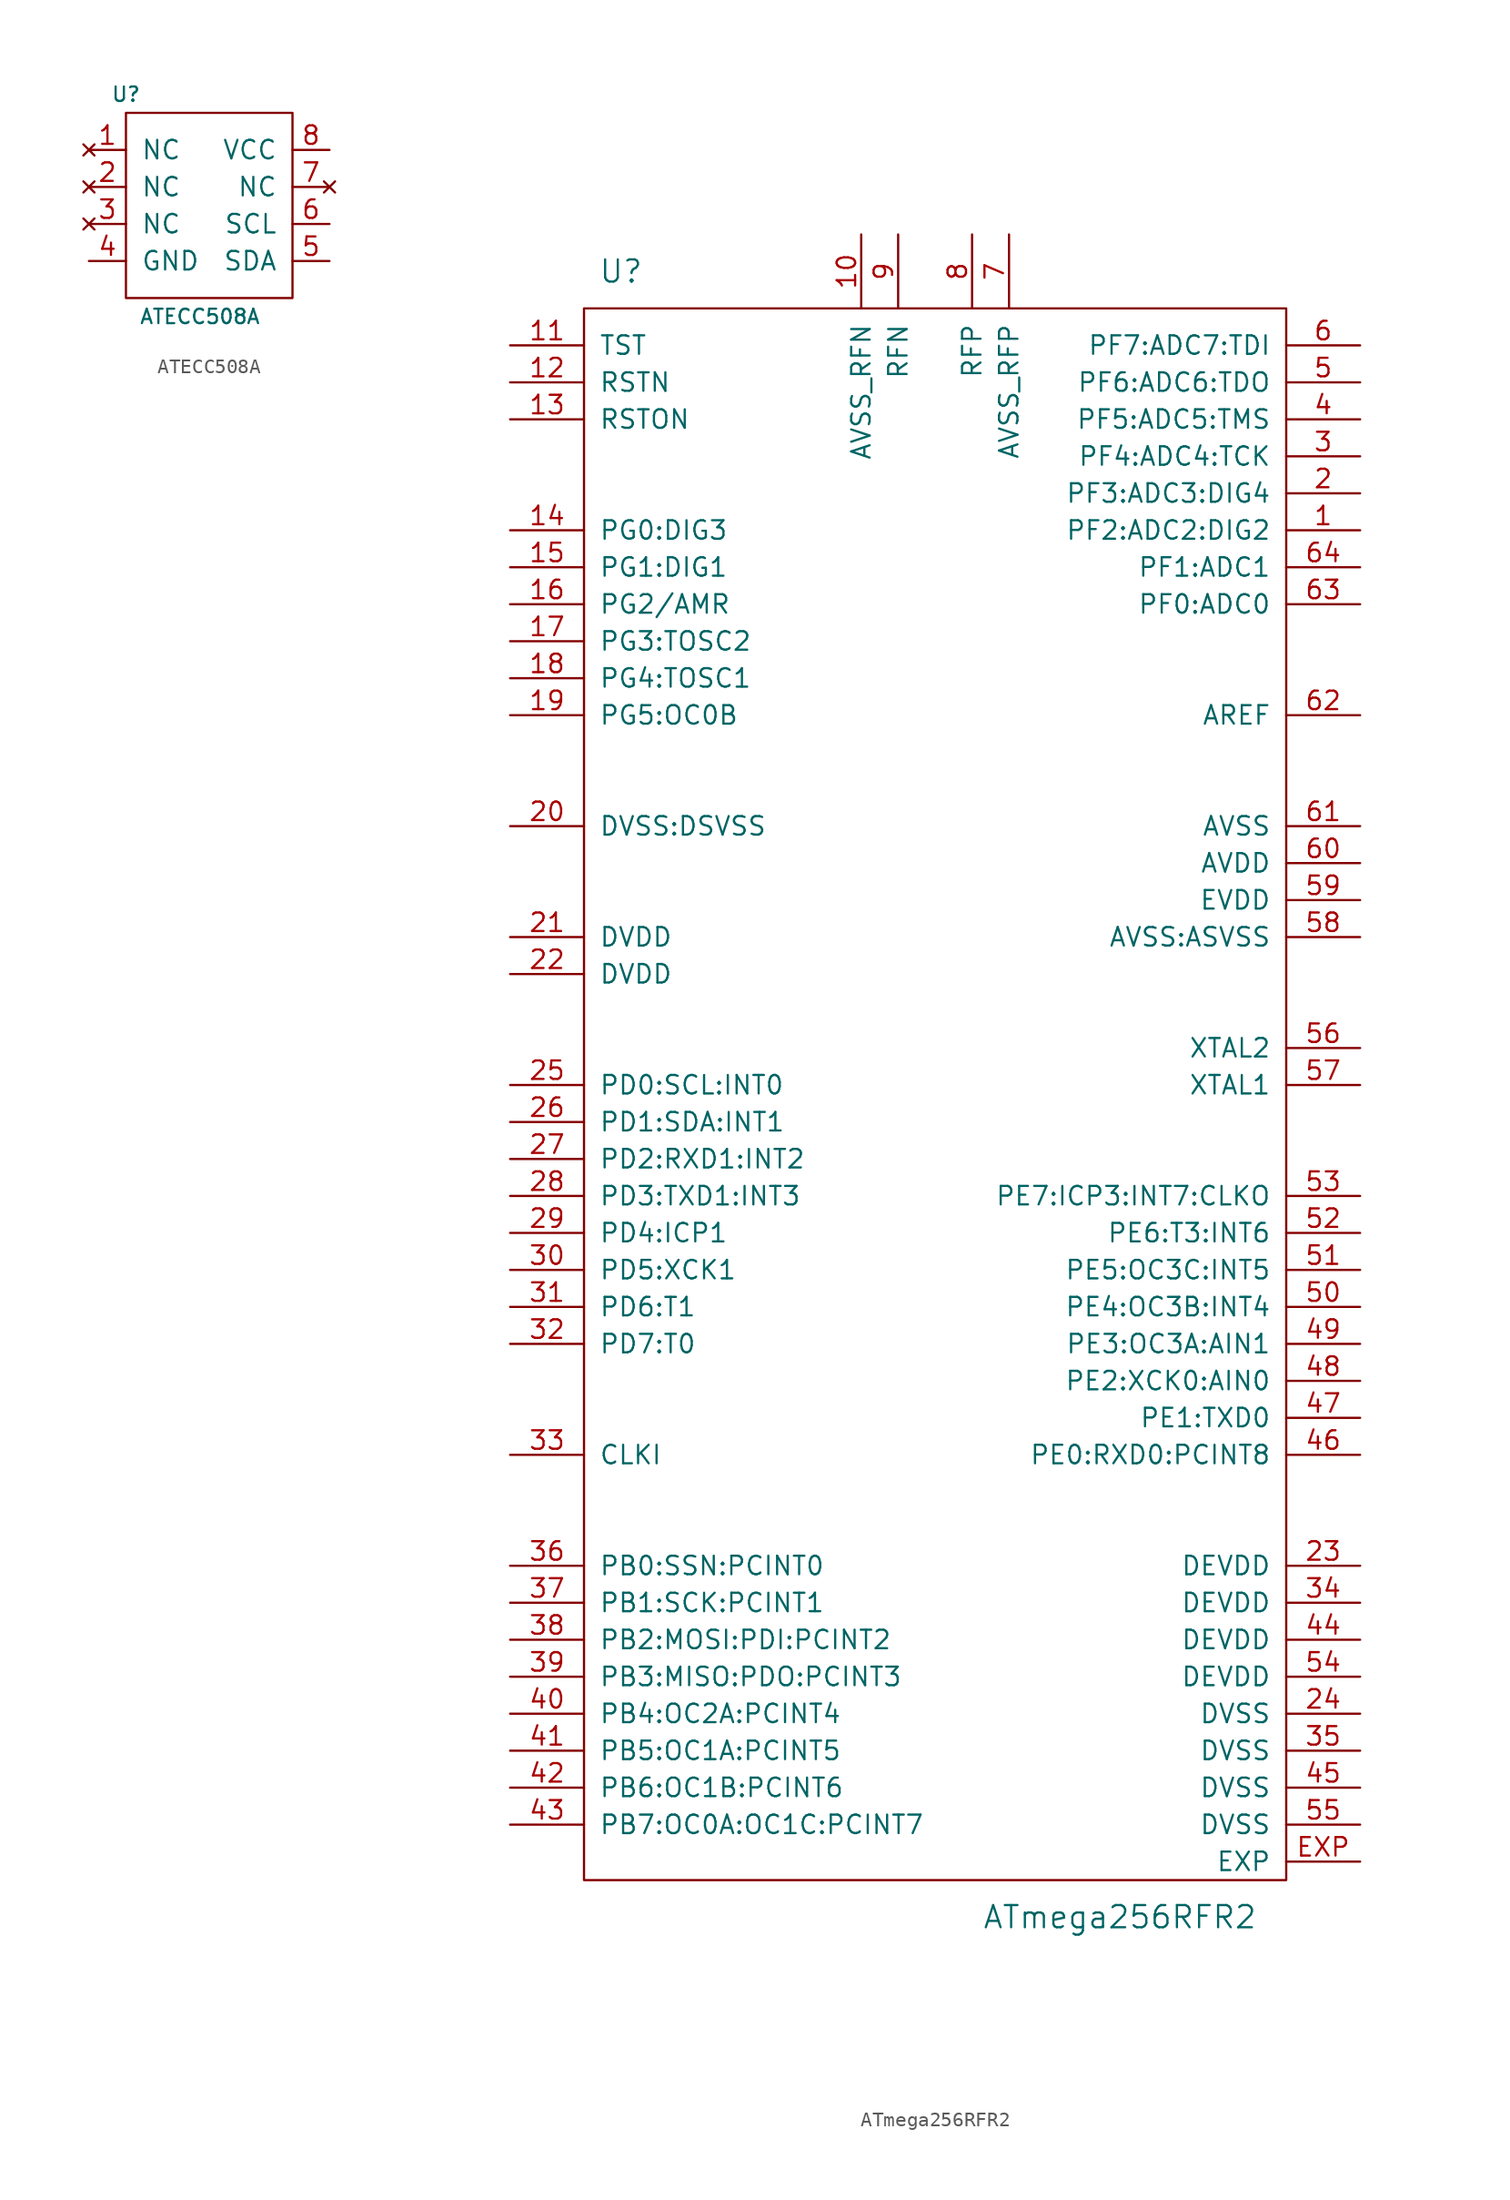
<source format=kicad_sym>
(kicad_symbol_lib
  (version 20210619)
  (generator kicad_symbol_editor)
  (symbol "tinkerforge:ATECC508A"
    (pin_names
      (offset 1.016))
    (property "Reference" "U"
      (at -5.08 7.62 0)
      (effects (font (size 0.991 0.991))))
    (property "Value" "ATECC508A"
      (at 0 -7.62 0)
      (effects (font (size 0.991 0.991))))
    (symbol "ATECC508A_0_1"
      (rectangle (start -5.08 6.35) (end 6.35 -6.35) (stroke (width 0)) (fill (type none))))
    (symbol "ATECC508A_1_1"
      (pin no_connect line (at -7.62 3.81 0) (length 2.54) (name "NC" (effects (font (size 1.27 1.27)))) (number "1" (effects (font (size 1.27 1.27)))))
      (pin no_connect line (at -7.62 1.27 0) (length 2.54) (name "NC" (effects (font (size 1.27 1.27)))) (number "2" (effects (font (size 1.27 1.27)))))
      (pin no_connect line (at -7.62 -1.27 0) (length 2.54) (name "NC" (effects (font (size 1.27 1.27)))) (number "3" (effects (font (size 1.27 1.27)))))
      (pin passive line (at -7.62 -3.81 0) (length 2.54) (name "GND" (effects (font (size 1.27 1.27)))) (number "4" (effects (font (size 1.27 1.27)))))
      (pin passive line (at 8.89 -3.81 180) (length 2.54) (name "SDA" (effects (font (size 1.27 1.27)))) (number "5" (effects (font (size 1.27 1.27)))))
      (pin passive line (at 8.89 -1.27 180) (length 2.54) (name "SCL" (effects (font (size 1.27 1.27)))) (number "6" (effects (font (size 1.27 1.27)))))
      (pin no_connect line (at 8.89 1.27 180) (length 2.54) (name "NC" (effects (font (size 1.27 1.27)))) (number "7" (effects (font (size 1.27 1.27)))))
      (pin passive line (at 8.89 3.81 180) (length 2.54) (name "VCC" (effects (font (size 1.27 1.27)))) (number "8" (effects (font (size 1.27 1.27)))))))
  (symbol "tinkerforge:ATmega256RFR2"
    (pin_names
      (offset 1.016))
    (property "Reference" "U"
      (at -21.59 55.88 0)
      (effects (font (size 1.524 1.524))))
    (property "Value" "ATmega256RFR2"
      (at 12.7 -57.15 0)
      (effects (font (size 1.524 1.524))))
    (symbol "ATmega256RFR2_0_1"
      (rectangle (start -24.13 53.34) (end 24.13 -54.61) (stroke (width 0)) (fill (type none))))
    (symbol "ATmega256RFR2_1_1"
      (pin passive line (at 29.21 38.1 180) (length 5.08) (name "PF2:ADC2:DIG2" (effects (font (size 1.27 1.27)))) (number "1" (effects (font (size 1.27 1.27)))))
      (pin passive line (at -5.08 58.42 270) (length 5.08) (name "AVSS_RFN" (effects (font (size 1.27 1.27)))) (number "10" (effects (font (size 1.27 1.27)))))
      (pin passive line (at -29.21 50.8 0) (length 5.08) (name "TST" (effects (font (size 1.27 1.27)))) (number "11" (effects (font (size 1.27 1.27)))))
      (pin passive line (at -29.21 48.26 0) (length 5.08) (name "RSTN" (effects (font (size 1.27 1.27)))) (number "12" (effects (font (size 1.27 1.27)))))
      (pin passive line (at -29.21 45.72 0) (length 5.08) (name "RSTON" (effects (font (size 1.27 1.27)))) (number "13" (effects (font (size 1.27 1.27)))))
      (pin passive line (at -29.21 38.1 0) (length 5.08) (name "PG0:DIG3" (effects (font (size 1.27 1.27)))) (number "14" (effects (font (size 1.27 1.27)))))
      (pin passive line (at -29.21 35.56 0) (length 5.08) (name "PG1:DIG1" (effects (font (size 1.27 1.27)))) (number "15" (effects (font (size 1.27 1.27)))))
      (pin passive line (at -29.21 33.02 0) (length 5.08) (name "PG2/AMR" (effects (font (size 1.27 1.27)))) (number "16" (effects (font (size 1.27 1.27)))))
      (pin passive line (at -29.21 30.48 0) (length 5.08) (name "PG3:TOSC2" (effects (font (size 1.27 1.27)))) (number "17" (effects (font (size 1.27 1.27)))))
      (pin passive line (at -29.21 27.94 0) (length 5.08) (name "PG4:TOSC1" (effects (font (size 1.27 1.27)))) (number "18" (effects (font (size 1.27 1.27)))))
      (pin passive line (at -29.21 25.4 0) (length 5.08) (name "PG5:OC0B" (effects (font (size 1.27 1.27)))) (number "19" (effects (font (size 1.27 1.27)))))
      (pin passive line (at 29.21 40.64 180) (length 5.08) (name "PF3:ADC3:DIG4" (effects (font (size 1.27 1.27)))) (number "2" (effects (font (size 1.27 1.27)))))
      (pin passive line (at -29.21 17.78 0) (length 5.08) (name "DVSS:DSVSS" (effects (font (size 1.27 1.27)))) (number "20" (effects (font (size 1.27 1.27)))))
      (pin passive line (at -29.21 10.16 0) (length 5.08) (name "DVDD" (effects (font (size 1.27 1.27)))) (number "21" (effects (font (size 1.27 1.27)))))
      (pin passive line (at -29.21 7.62 0) (length 5.08) (name "DVDD" (effects (font (size 1.27 1.27)))) (number "22" (effects (font (size 1.27 1.27)))))
      (pin passive line (at 29.21 -33.02 180) (length 5.08) (name "DEVDD" (effects (font (size 1.27 1.27)))) (number "23" (effects (font (size 1.27 1.27)))))
      (pin passive line (at 29.21 -43.18 180) (length 5.08) (name "DVSS" (effects (font (size 1.27 1.27)))) (number "24" (effects (font (size 1.27 1.27)))))
      (pin passive line (at -29.21 0 0) (length 5.08) (name "PD0:SCL:INT0" (effects (font (size 1.27 1.27)))) (number "25" (effects (font (size 1.27 1.27)))))
      (pin passive line (at -29.21 -2.54 0) (length 5.08) (name "PD1:SDA:INT1" (effects (font (size 1.27 1.27)))) (number "26" (effects (font (size 1.27 1.27)))))
      (pin passive line (at -29.21 -5.08 0) (length 5.08) (name "PD2:RXD1:INT2" (effects (font (size 1.27 1.27)))) (number "27" (effects (font (size 1.27 1.27)))))
      (pin passive line (at -29.21 -7.62 0) (length 5.08) (name "PD3:TXD1:INT3" (effects (font (size 1.27 1.27)))) (number "28" (effects (font (size 1.27 1.27)))))
      (pin passive line (at -29.21 -10.16 0) (length 5.08) (name "PD4:ICP1" (effects (font (size 1.27 1.27)))) (number "29" (effects (font (size 1.27 1.27)))))
      (pin passive line (at 29.21 43.18 180) (length 5.08) (name "PF4:ADC4:TCK" (effects (font (size 1.27 1.27)))) (number "3" (effects (font (size 1.27 1.27)))))
      (pin passive line (at -29.21 -12.7 0) (length 5.08) (name "PD5:XCK1" (effects (font (size 1.27 1.27)))) (number "30" (effects (font (size 1.27 1.27)))))
      (pin passive line (at -29.21 -15.24 0) (length 5.08) (name "PD6:T1" (effects (font (size 1.27 1.27)))) (number "31" (effects (font (size 1.27 1.27)))))
      (pin passive line (at -29.21 -17.78 0) (length 5.08) (name "PD7:T0" (effects (font (size 1.27 1.27)))) (number "32" (effects (font (size 1.27 1.27)))))
      (pin passive line (at -29.21 -25.4 0) (length 5.08) (name "CLKI" (effects (font (size 1.27 1.27)))) (number "33" (effects (font (size 1.27 1.27)))))
      (pin passive line (at 29.21 -35.56 180) (length 5.08) (name "DEVDD" (effects (font (size 1.27 1.27)))) (number "34" (effects (font (size 1.27 1.27)))))
      (pin passive line (at 29.21 -45.72 180) (length 5.08) (name "DVSS" (effects (font (size 1.27 1.27)))) (number "35" (effects (font (size 1.27 1.27)))))
      (pin passive line (at -29.21 -33.02 0) (length 5.08) (name "PB0:SSN:PCINT0" (effects (font (size 1.27 1.27)))) (number "36" (effects (font (size 1.27 1.27)))))
      (pin passive line (at -29.21 -35.56 0) (length 5.08) (name "PB1:SCK:PCINT1" (effects (font (size 1.27 1.27)))) (number "37" (effects (font (size 1.27 1.27)))))
      (pin passive line (at -29.21 -38.1 0) (length 5.08) (name "PB2:MOSI:PDI:PCINT2" (effects (font (size 1.27 1.27)))) (number "38" (effects (font (size 1.27 1.27)))))
      (pin passive line (at -29.21 -40.64 0) (length 5.08) (name "PB3:MISO:PDO:PCINT3" (effects (font (size 1.27 1.27)))) (number "39" (effects (font (size 1.27 1.27)))))
      (pin passive line (at 29.21 45.72 180) (length 5.08) (name "PF5:ADC5:TMS" (effects (font (size 1.27 1.27)))) (number "4" (effects (font (size 1.27 1.27)))))
      (pin passive line (at -29.21 -43.18 0) (length 5.08) (name "PB4:OC2A:PCINT4" (effects (font (size 1.27 1.27)))) (number "40" (effects (font (size 1.27 1.27)))))
      (pin passive line (at -29.21 -45.72 0) (length 5.08) (name "PB5:OC1A:PCINT5" (effects (font (size 1.27 1.27)))) (number "41" (effects (font (size 1.27 1.27)))))
      (pin passive line (at -29.21 -48.26 0) (length 5.08) (name "PB6:OC1B:PCINT6" (effects (font (size 1.27 1.27)))) (number "42" (effects (font (size 1.27 1.27)))))
      (pin passive line (at -29.21 -50.8 0) (length 5.08) (name "PB7:OC0A:OC1C:PCINT7" (effects (font (size 1.27 1.27)))) (number "43" (effects (font (size 1.27 1.27)))))
      (pin passive line (at 29.21 -38.1 180) (length 5.08) (name "DEVDD" (effects (font (size 1.27 1.27)))) (number "44" (effects (font (size 1.27 1.27)))))
      (pin passive line (at 29.21 -48.26 180) (length 5.08) (name "DVSS" (effects (font (size 1.27 1.27)))) (number "45" (effects (font (size 1.27 1.27)))))
      (pin passive line (at 29.21 -25.4 180) (length 5.08) (name "PE0:RXD0:PCINT8" (effects (font (size 1.27 1.27)))) (number "46" (effects (font (size 1.27 1.27)))))
      (pin passive line (at 29.21 -22.86 180) (length 5.08) (name "PE1:TXD0" (effects (font (size 1.27 1.27)))) (number "47" (effects (font (size 1.27 1.27)))))
      (pin passive line (at 29.21 -20.32 180) (length 5.08) (name "PE2:XCK0:AIN0" (effects (font (size 1.27 1.27)))) (number "48" (effects (font (size 1.27 1.27)))))
      (pin passive line (at 29.21 -17.78 180) (length 5.08) (name "PE3:OC3A:AIN1" (effects (font (size 1.27 1.27)))) (number "49" (effects (font (size 1.27 1.27)))))
      (pin passive line (at 29.21 48.26 180) (length 5.08) (name "PF6:ADC6:TDO" (effects (font (size 1.27 1.27)))) (number "5" (effects (font (size 1.27 1.27)))))
      (pin passive line (at 29.21 -15.24 180) (length 5.08) (name "PE4:OC3B:INT4" (effects (font (size 1.27 1.27)))) (number "50" (effects (font (size 1.27 1.27)))))
      (pin passive line (at 29.21 -12.7 180) (length 5.08) (name "PE5:OC3C:INT5" (effects (font (size 1.27 1.27)))) (number "51" (effects (font (size 1.27 1.27)))))
      (pin passive line (at 29.21 -10.16 180) (length 5.08) (name "PE6:T3:INT6" (effects (font (size 1.27 1.27)))) (number "52" (effects (font (size 1.27 1.27)))))
      (pin passive line (at 29.21 -7.62 180) (length 5.08) (name "PE7:ICP3:INT7:CLKO" (effects (font (size 1.27 1.27)))) (number "53" (effects (font (size 1.27 1.27)))))
      (pin passive line (at 29.21 -40.64 180) (length 5.08) (name "DEVDD" (effects (font (size 1.27 1.27)))) (number "54" (effects (font (size 1.27 1.27)))))
      (pin passive line (at 29.21 -50.8 180) (length 5.08) (name "DVSS" (effects (font (size 1.27 1.27)))) (number "55" (effects (font (size 1.27 1.27)))))
      (pin passive line (at 29.21 2.54 180) (length 5.08) (name "XTAL2" (effects (font (size 1.27 1.27)))) (number "56" (effects (font (size 1.27 1.27)))))
      (pin passive line (at 29.21 0 180) (length 5.08) (name "XTAL1" (effects (font (size 1.27 1.27)))) (number "57" (effects (font (size 1.27 1.27)))))
      (pin passive line (at 29.21 10.16 180) (length 5.08) (name "AVSS:ASVSS" (effects (font (size 1.27 1.27)))) (number "58" (effects (font (size 1.27 1.27)))))
      (pin passive line (at 29.21 12.7 180) (length 5.08) (name "EVDD" (effects (font (size 1.27 1.27)))) (number "59" (effects (font (size 1.27 1.27)))))
      (pin passive line (at 29.21 50.8 180) (length 5.08) (name "PF7:ADC7:TDI" (effects (font (size 1.27 1.27)))) (number "6" (effects (font (size 1.27 1.27)))))
      (pin passive line (at 29.21 15.24 180) (length 5.08) (name "AVDD" (effects (font (size 1.27 1.27)))) (number "60" (effects (font (size 1.27 1.27)))))
      (pin passive line (at 29.21 17.78 180) (length 5.08) (name "AVSS" (effects (font (size 1.27 1.27)))) (number "61" (effects (font (size 1.27 1.27)))))
      (pin passive line (at 29.21 25.4 180) (length 5.08) (name "AREF" (effects (font (size 1.27 1.27)))) (number "62" (effects (font (size 1.27 1.27)))))
      (pin passive line (at 29.21 33.02 180) (length 5.08) (name "PF0:ADC0" (effects (font (size 1.27 1.27)))) (number "63" (effects (font (size 1.27 1.27)))))
      (pin passive line (at 29.21 35.56 180) (length 5.08) (name "PF1:ADC1" (effects (font (size 1.27 1.27)))) (number "64" (effects (font (size 1.27 1.27)))))
      (pin passive line (at 5.08 58.42 270) (length 5.08) (name "AVSS_RFP" (effects (font (size 1.27 1.27)))) (number "7" (effects (font (size 1.27 1.27)))))
      (pin passive line (at 2.54 58.42 270) (length 5.08) (name "RFP" (effects (font (size 1.27 1.27)))) (number "8" (effects (font (size 1.27 1.27)))))
      (pin passive line (at -2.54 58.42 270) (length 5.08) (name "RFN" (effects (font (size 1.27 1.27)))) (number "9" (effects (font (size 1.27 1.27)))))
      (pin passive line (at 29.21 -53.34 180) (length 5.08) (name "EXP" (effects (font (size 1.27 1.27)))) (number "EXP" (effects (font (size 1.27 1.27))))))))
</source>
